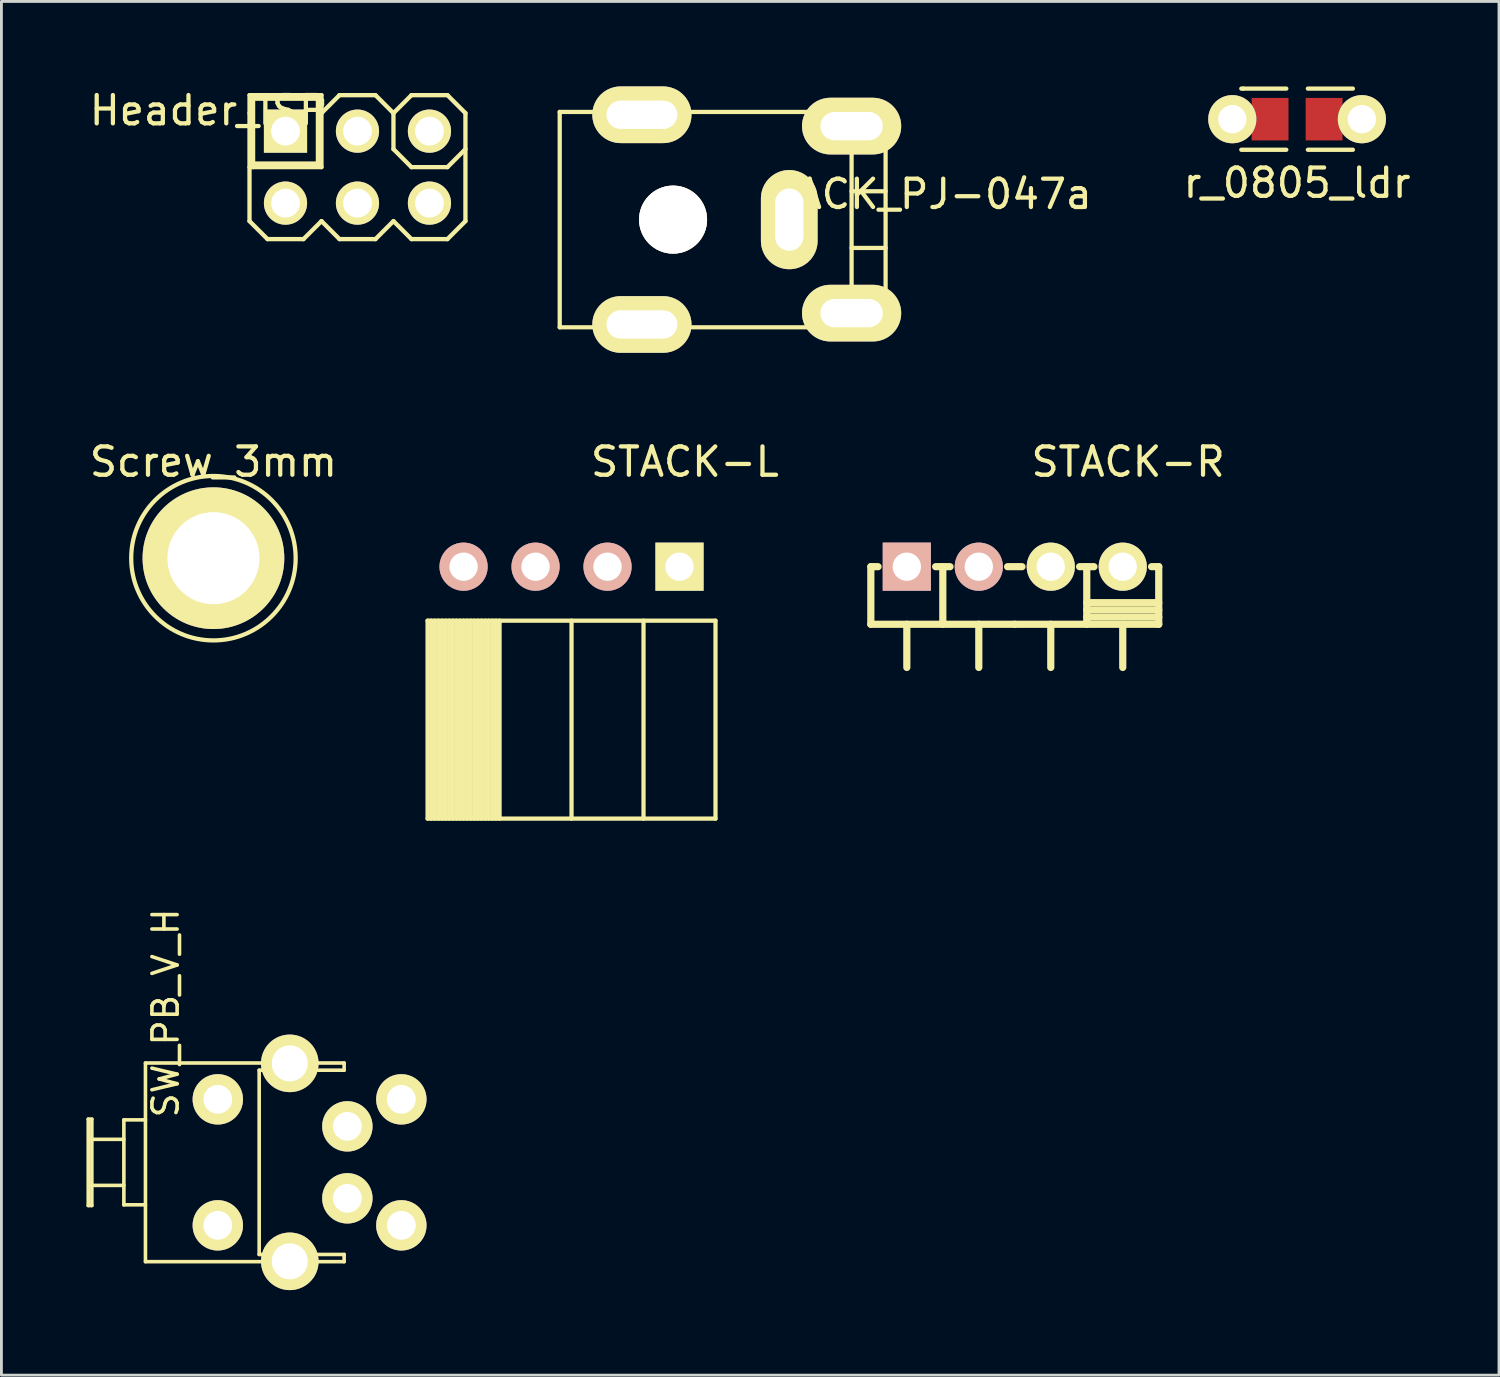
<source format=kicad_pcb>
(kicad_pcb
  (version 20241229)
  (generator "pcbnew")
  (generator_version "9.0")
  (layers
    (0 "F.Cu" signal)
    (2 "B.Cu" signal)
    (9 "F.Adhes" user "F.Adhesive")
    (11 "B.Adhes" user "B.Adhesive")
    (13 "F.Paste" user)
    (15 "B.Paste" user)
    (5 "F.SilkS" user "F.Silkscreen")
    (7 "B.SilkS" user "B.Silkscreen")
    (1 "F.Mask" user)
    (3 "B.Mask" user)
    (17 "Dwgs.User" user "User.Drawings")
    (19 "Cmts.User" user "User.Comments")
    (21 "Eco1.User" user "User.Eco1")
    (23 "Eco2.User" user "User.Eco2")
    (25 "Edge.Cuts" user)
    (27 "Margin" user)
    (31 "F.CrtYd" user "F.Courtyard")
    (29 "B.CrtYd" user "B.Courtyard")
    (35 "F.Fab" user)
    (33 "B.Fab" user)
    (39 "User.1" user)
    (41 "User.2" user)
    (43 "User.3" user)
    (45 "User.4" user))
  (footprint "Header_ISP"
    (layer "F.Cu")
    (at 9.565 2.848)
    (property "Reference" "Header_ISP" (at -5.25 -2 0) (layer "F.SilkS") (effects (font (size 1 1) (thickness 0.15))))
    (attr smd)
    (fp_line (start -3.81 -2.54) (end -3.175 -2.54) (stroke (width 0.15) (type solid)) (layer "F.SilkS"))
    (fp_line (start -3.81 -1.905) (end -3.81 -2.54) (stroke (width 0.15) (type solid)) (layer "F.SilkS"))
    (fp_line (start -3.81 1.905) (end -3.81 -1.905) (stroke (width 0.152) (type solid)) (layer "F.SilkS"))
    (fp_line (start -3.683 -2.413) (end -1.397 -2.413) (stroke (width 0.15) (type solid)) (layer "F.SilkS"))
    (fp_line (start -3.683 0) (end -3.683 -2.413) (stroke (width 0.15) (type solid)) (layer "F.SilkS"))
    (fp_line (start -3.175 -2.54) (end -1.905 -2.54) (stroke (width 0.152) (type solid)) (layer "F.SilkS"))
    (fp_line (start -3.175 2.54) (end -3.81 1.905) (stroke (width 0.152) (type solid)) (layer "F.SilkS"))
    (fp_line (start -1.905 -2.54) (end -1.27 -2.54) (stroke (width 0.15) (type solid)) (layer "F.SilkS"))
    (fp_line (start -1.905 2.54) (end -3.175 2.54) (stroke (width 0.152) (type solid)) (layer "F.SilkS"))
    (fp_line (start -1.397 -2.413) (end -1.397 -0.127) (stroke (width 0.15) (type solid)) (layer "F.SilkS"))
    (fp_line (start -1.397 -0.127) (end -3.683 -0.127) (stroke (width 0.15) (type solid)) (layer "F.SilkS"))
    (fp_line (start -1.27 -2.54) (end -1.27 -1.905) (stroke (width 0.15) (type solid)) (layer "F.SilkS"))
    (fp_line (start -1.27 -1.905) (end -1.27 0) (stroke (width 0.15) (type solid)) (layer "F.SilkS"))
    (fp_line (start -1.27 -1.905) (end -0.635 -2.54) (stroke (width 0.152) (type solid)) (layer "F.SilkS"))
    (fp_line (start -1.27 0) (end -3.81 0) (stroke (width 0.15) (type solid)) (layer "F.SilkS"))
    (fp_line (start -1.27 1.905) (end -1.905 2.54) (stroke (width 0.152) (type solid)) (layer "F.SilkS"))
    (fp_line (start -0.635 -2.54) (end 0.635 -2.54) (stroke (width 0.152) (type solid)) (layer "F.SilkS"))
    (fp_line (start -0.635 2.54) (end -1.27 1.905) (stroke (width 0.152) (type solid)) (layer "F.SilkS"))
    (fp_line (start 0.635 -2.54) (end 1.27 -1.905) (stroke (width 0.152) (type solid)) (layer "F.SilkS"))
    (fp_line (start 0.635 2.54) (end -0.635 2.54) (stroke (width 0.152) (type solid)) (layer "F.SilkS"))
    (fp_line (start 1.27 -1.905) (end 1.27 -0.635) (stroke (width 0.152) (type solid)) (layer "F.SilkS"))
    (fp_line (start 1.27 -1.905) (end 1.905 -2.54) (stroke (width 0.152) (type solid)) (layer "F.SilkS"))
    (fp_line (start 1.27 -0.635) (end 1.905 0) (stroke (width 0.152) (type solid)) (layer "F.SilkS"))
    (fp_line (start 1.27 1.905) (end 0.635 2.54) (stroke (width 0.152) (type solid)) (layer "F.SilkS"))
    (fp_line (start 1.905 -2.54) (end 3.175 -2.54) (stroke (width 0.152) (type solid)) (layer "F.SilkS"))
    (fp_line (start 1.905 0) (end 3.175 0) (stroke (width 0.152) (type solid)) (layer "F.SilkS"))
    (fp_line (start 1.905 2.54) (end 1.27 1.905) (stroke (width 0.152) (type solid)) (layer "F.SilkS"))
    (fp_line (start 3.175 -2.54) (end 3.81 -1.905) (stroke (width 0.152) (type solid)) (layer "F.SilkS"))
    (fp_line (start 3.175 0) (end 3.81 -0.635) (stroke (width 0.152) (type solid)) (layer "F.SilkS"))
    (fp_line (start 3.175 2.54) (end 1.905 2.54) (stroke (width 0.152) (type solid)) (layer "F.SilkS"))
    (fp_line (start 3.81 -1.905) (end 3.81 1.905) (stroke (width 0.152) (type solid)) (layer "F.SilkS"))
    (fp_line (start 3.81 1.905) (end 3.175 2.54) (stroke (width 0.152) (type solid)) (layer "F.SilkS"))
    (pad "1" thru_hole circle (at 2.54 1.27) (size 1.524 1.524) (drill 1.016) (layers "*.Cu" "*.Mask" "F.SilkS"))
    (pad "2" thru_hole circle (at 2.54 -1.27) (size 1.524 1.524) (drill 1.016) (layers "*.Cu" "*.Mask" "F.SilkS"))
    (pad "3" thru_hole circle (at 0 1.27) (size 1.524 1.524) (drill 1.016) (layers "*.Cu" "*.Mask" "F.SilkS"))
    (pad "4" thru_hole circle (at 0 -1.27) (size 1.524 1.524) (drill 1.016) (layers "*.Cu" "*.Mask" "F.SilkS"))
    (pad "5" thru_hole circle (at -2.54 1.27) (size 1.524 1.524) (drill 1.016) (layers "*.Cu" "*.Mask" "F.SilkS"))
    (pad "6" thru_hole rect (at -2.54 -1.27) (size 1.524 1.524) (drill 1.016) (layers "*.Cu" "*.Mask" "F.SilkS")))
  (footprint "STACK-L"
    (layer "F.Cu")
    (at 17.119 16.948)
    (property "Reference" "STACK-L" (at 4 -3.7 0) (layer "F.SilkS") (effects (font (size 1 1) (thickness 0.15))))
    (attr smd)
    (fp_line (start -5.08 8.89) (end -5.08 1.905) (stroke (width 0.15) (type solid)) (layer "F.SilkS"))
    (fp_line (start -4.953 8.89) (end -4.953 1.905) (stroke (width 0.15) (type solid)) (layer "F.SilkS"))
    (fp_line (start -4.826 1.905) (end -4.826 8.89) (stroke (width 0.15) (type solid)) (layer "F.SilkS"))
    (fp_line (start -4.699 8.89) (end -4.699 1.905) (stroke (width 0.15) (type solid)) (layer "F.SilkS"))
    (fp_line (start -4.572 1.905) (end -4.572 8.89) (stroke (width 0.15) (type solid)) (layer "F.SilkS"))
    (fp_line (start -4.445 8.89) (end -4.445 1.905) (stroke (width 0.15) (type solid)) (layer "F.SilkS"))
    (fp_line (start -4.318 1.905) (end -4.318 8.89) (stroke (width 0.15) (type solid)) (layer "F.SilkS"))
    (fp_line (start -4.191 8.89) (end -4.191 1.905) (stroke (width 0.15) (type solid)) (layer "F.SilkS"))
    (fp_line (start -4.064 1.905) (end -4.064 8.89) (stroke (width 0.15) (type solid)) (layer "F.SilkS"))
    (fp_line (start -3.937 8.89) (end -3.937 1.905) (stroke (width 0.15) (type solid)) (layer "F.SilkS"))
    (fp_line (start -3.81 1.905) (end -3.81 8.89) (stroke (width 0.15) (type solid)) (layer "F.SilkS"))
    (fp_line (start -3.683 8.89) (end -3.683 1.905) (stroke (width 0.15) (type solid)) (layer "F.SilkS"))
    (fp_line (start -3.556 1.905) (end -3.556 8.89) (stroke (width 0.15) (type solid)) (layer "F.SilkS"))
    (fp_line (start -3.429 8.89) (end -3.429 1.905) (stroke (width 0.15) (type solid)) (layer "F.SilkS"))
    (fp_line (start -3.302 1.905) (end -3.302 8.89) (stroke (width 0.15) (type solid)) (layer "F.SilkS"))
    (fp_line (start -3.175 8.89) (end -3.175 1.905) (stroke (width 0.15) (type solid)) (layer "F.SilkS"))
    (fp_line (start -3.048 1.905) (end -3.048 8.89) (stroke (width 0.15) (type solid)) (layer "F.SilkS"))
    (fp_line (start -2.921 8.89) (end -2.921 1.905) (stroke (width 0.15) (type solid)) (layer "F.SilkS"))
    (fp_line (start -2.794 1.905) (end -2.794 8.89) (stroke (width 0.15) (type solid)) (layer "F.SilkS"))
    (fp_line (start -2.667 8.89) (end -2.667 1.905) (stroke (width 0.15) (type solid)) (layer "F.SilkS"))
    (fp_line (start -2.54 1.905) (end -2.54 8.89) (stroke (width 0.15) (type solid)) (layer "F.SilkS"))
    (fp_line (start 0 1.905) (end 0 8.89) (stroke (width 0.15) (type solid)) (layer "F.SilkS"))
    (fp_line (start 2.54 1.905) (end 2.54 8.89) (stroke (width 0.15) (type solid)) (layer "F.SilkS"))
    (fp_line (start 5.08 1.905) (end -5.08 1.905) (stroke (width 0.15) (type solid)) (layer "F.SilkS"))
    (fp_line (start 5.08 1.905) (end 5.08 8.89) (stroke (width 0.15) (type solid)) (layer "F.SilkS"))
    (fp_line (start 5.08 8.89) (end -5.08 8.89) (stroke (width 0.15) (type solid)) (layer "F.SilkS"))
    (pad "1" thru_hole circle (at -3.81 0) (size 1.7 1.7) (drill 1) (layers "*.Cu" "*.Mask" "B.SilkS"))
    (pad "2" thru_hole circle (at -1.27 0) (size 1.7 1.7) (drill 1) (layers "*.Cu" "*.Mask" "B.SilkS"))
    (pad "3" thru_hole circle (at 1.27 0) (size 1.7 1.7) (drill 1) (layers "*.Cu" "*.Mask" "B.SilkS"))
    (pad "4" thru_hole rect (at 3.81 0) (size 1.7 1.7) (drill 1) (layers "*.Cu" "*.Mask" "F.SilkS")))
  (footprint "r_0805_ldr"
    (layer "F.Cu")
    (at 42.723 1.156)
    (property "Reference" "r_0805_ldr" (at 0 2.25 180) (layer "F.SilkS") (effects (font (size 1 1) (thickness 0.15))))
    (attr smd)
    (fp_line (start -1.968 1.079) (end -0.381 1.079) (stroke (width 0.152) (type solid)) (layer "F.SilkS"))
    (fp_line (start -1.905 -1.079) (end -1.968 -1.079) (stroke (width 0.152) (type solid)) (layer "F.SilkS"))
    (fp_line (start -0.381 -1.079) (end -1.905 -1.079) (stroke (width 0.152) (type solid)) (layer "F.SilkS"))
    (fp_line (start 0.381 1.079) (end 1.968 1.079) (stroke (width 0.152) (type solid)) (layer "F.SilkS"))
    (fp_line (start 1.968 -1.079) (end 0.381 -1.079) (stroke (width 0.152) (type solid)) (layer "F.SilkS"))
    (pad "1" smd rect (at 0.953 0) (size 1.3 1.499) (layers "F.Cu" "F.Mask" "F.Paste"))
    (pad "1" thru_hole circle (at 2.286 0) (size 1.7 1.7) (drill 1) (layers "*.Cu" "*.Mask" "F.SilkS"))
    (pad "2" thru_hole circle (at -2.286 0) (size 1.7 1.7) (drill 1) (layers "*.Cu" "*.Mask" "F.SilkS"))
    (pad "2" smd rect (at -0.953 0) (size 1.3 1.499) (layers "F.Cu" "F.Mask" "F.Paste")))
  (footprint "SW_PB_V_H"
    (layer "F.Cu")
    (at 4.636 37.968)
    (property "Reference" "SW_PB_V_H" (at -1.841 -5.271 90) (layer "F.SilkS") (effects (font (size 0.889 0.889) (thickness 0.127))))
    (attr smd)
    (fp_line (start -4.572 -1.524) (end -4.445 -1.524) (stroke (width 0.127) (type solid)) (layer "F.SilkS"))
    (fp_line (start -4.572 1.524) (end -4.572 -1.524) (stroke (width 0.127) (type solid)) (layer "F.SilkS"))
    (fp_line (start -4.559 -0.813) (end -3.315 -0.813) (stroke (width 0.127) (type solid)) (layer "F.SilkS"))
    (fp_line (start -4.559 0.813) (end -3.315 0.813) (stroke (width 0.127) (type solid)) (layer "F.SilkS"))
    (fp_line (start -4.445 -1.524) (end -4.445 1.524) (stroke (width 0.127) (type solid)) (layer "F.SilkS"))
    (fp_line (start -4.445 1.524) (end -4.572 1.524) (stroke (width 0.127) (type solid)) (layer "F.SilkS"))
    (fp_line (start -3.315 -1.499) (end -3.315 1.499) (stroke (width 0.127) (type solid)) (layer "F.SilkS"))
    (fp_line (start -3.315 1.499) (end -2.553 1.499) (stroke (width 0.127) (type solid)) (layer "F.SilkS"))
    (fp_line (start -2.553 -3.505) (end 4.458 -3.505) (stroke (width 0.127) (type solid)) (layer "F.SilkS"))
    (fp_line (start -2.553 -1.499) (end -3.315 -1.499) (stroke (width 0.127) (type solid)) (layer "F.SilkS"))
    (fp_line (start -2.553 3.505) (end -2.553 -3.505) (stroke (width 0.127) (type solid)) (layer "F.SilkS"))
    (fp_line (start 1.46 -3.251) (end 1.46 3.251) (stroke (width 0.127) (type solid)) (layer "F.SilkS"))
    (fp_line (start 1.46 3.251) (end 4.458 3.251) (stroke (width 0.127) (type solid)) (layer "F.SilkS"))
    (fp_line (start 4.458 -3.505) (end 4.458 -3.251) (stroke (width 0.127) (type solid)) (layer "F.SilkS"))
    (fp_line (start 4.458 -3.251) (end 1.46 -3.251) (stroke (width 0.127) (type solid)) (layer "F.SilkS"))
    (fp_line (start 4.458 3.251) (end 4.458 3.505) (stroke (width 0.127) (type solid)) (layer "F.SilkS"))
    (fp_line (start 4.458 3.505) (end -2.553 3.505) (stroke (width 0.127) (type solid)) (layer "F.SilkS"))
    (pad "1" thru_hole circle (at 0 -2.223) (size 1.778 1.778) (drill 1.016) (layers "*.Cu" "*.Mask" "F.SilkS"))
    (pad "1" thru_hole circle (at 4.572 -1.27) (size 1.778 1.778) (drill 1.016) (layers "*.Cu" "*.Mask" "F.SilkS"))
    (pad "1" thru_hole circle (at 6.477 -2.223) (size 1.778 1.778) (drill 1.016) (layers "*.Cu" "*.Mask" "F.SilkS"))
    (pad "2" thru_hole circle (at 0 2.223) (size 1.778 1.778) (drill 1.016) (layers "*.Cu" "*.Mask" "F.SilkS"))
    (pad "2" thru_hole circle (at 4.572 1.27) (size 1.778 1.778) (drill 1.016) (layers "*.Cu" "*.Mask" "F.SilkS"))
    (pad "2" thru_hole circle (at 6.477 2.223) (size 1.778 1.778) (drill 1.016) (layers "*.Cu" "*.Mask" "F.SilkS"))
    (pad "3" thru_hole circle (at 2.54 -3.493) (size 2.032 2.032) (drill 1.27) (layers "*.Cu" "*.Mask" "F.SilkS"))
    (pad "3" thru_hole circle (at 2.54 3.493) (size 2.032 2.032) (drill 1.27) (layers "*.Cu" "*.Mask" "F.SilkS")))
  (footprint "Screw_3mm"
    (layer "F.Cu")
    (at 4.482 16.648)
    (property "Reference" "Screw_3mm" (at 0 -3.4 0) (layer "F.SilkS") (effects (font (size 1 1) (thickness 0.15))))
    (attr through_hole)
    (fp_circle (center 0 0) (end 2.9 0.1) (stroke (width 0.15) (type solid)) (fill no) (layer "F.SilkS"))
    (pad "1" thru_hole circle (at 0 0) (size 5 5) (drill 3.25) (layers "*.Cu" "*.Mask" "F.SilkS")))
  (footprint "STACK-R"
    (layer "F.Cu")
    (at 32.761 16.948)
    (property "Reference" "STACK-R" (at 4 -3.7 0) (layer "F.SilkS") (effects (font (size 1 1) (thickness 0.15))))
    (attr smd)
    (fp_line (start -5.08 0) (end -5.08 2.032) (stroke (width 0.254) (type solid)) (layer "F.SilkS"))
    (fp_line (start -5.08 0) (end -4.826 0) (stroke (width 0.254) (type solid)) (layer "F.SilkS"))
    (fp_line (start -5.08 2.032) (end 0 2.032) (stroke (width 0.254) (type solid)) (layer "F.SilkS"))
    (fp_line (start -3.81 2.032) (end -3.81 3.556) (stroke (width 0.254) (type solid)) (layer "F.SilkS"))
    (fp_line (start -2.794 0) (end -2.286 0) (stroke (width 0.254) (type solid)) (layer "F.SilkS"))
    (fp_line (start -2.54 0) (end -2.54 2.032) (stroke (width 0.254) (type solid)) (layer "F.SilkS"))
    (fp_line (start -1.27 2.032) (end -1.27 3.556) (stroke (width 0.254) (type solid)) (layer "F.SilkS"))
    (fp_line (start -0.254 0) (end 0.254 0) (stroke (width 0.254) (type solid)) (layer "F.SilkS"))
    (fp_line (start 0 2.032) (end 5.08 2.032) (stroke (width 0.254) (type solid)) (layer "F.SilkS"))
    (fp_line (start 1.27 2.032) (end 1.27 3.556) (stroke (width 0.254) (type solid)) (layer "F.SilkS"))
    (fp_line (start 2.286 0) (end 2.794 0) (stroke (width 0.254) (type solid)) (layer "F.SilkS"))
    (fp_line (start 2.54 0) (end 2.54 2.032) (stroke (width 0.254) (type solid)) (layer "F.SilkS"))
    (fp_line (start 2.54 1.27) (end 5.08 1.27) (stroke (width 0.254) (type solid)) (layer "F.SilkS"))
    (fp_line (start 2.54 1.524) (end 5.08 1.524) (stroke (width 0.254) (type solid)) (layer "F.SilkS"))
    (fp_line (start 2.54 1.778) (end 5.08 1.778) (stroke (width 0.254) (type solid)) (layer "F.SilkS"))
    (fp_line (start 3.81 2.032) (end 3.81 3.556) (stroke (width 0.254) (type solid)) (layer "F.SilkS"))
    (fp_line (start 4.826 0) (end 5.08 0) (stroke (width 0.254) (type solid)) (layer "F.SilkS"))
    (fp_line (start 5.08 2.032) (end 5.08 0) (stroke (width 0.254) (type solid)) (layer "F.SilkS"))
    (pad "1" thru_hole rect (at -3.81 0) (size 1.7 1.7) (drill 1) (layers "*.Cu" "*.Mask" "B.SilkS"))
    (pad "2" thru_hole circle (at -1.27 0) (size 1.7 1.7) (drill 1) (layers "*.Cu" "*.Mask" "B.SilkS"))
    (pad "3" thru_hole circle (at 1.27 0) (size 1.7 1.7) (drill 1) (layers "*.Cu" "*.Mask" "F.SilkS"))
    (pad "4" thru_hole circle (at 3.81 0) (size 1.7 1.7) (drill 1) (layers "*.Cu" "*.Mask" "F.SilkS")))
  (footprint "JACK_PJ-047a"
    (layer "F.Cu")
    (at 16.702 4.7)
    (property "Reference" "JACK_PJ-047a" (at 13.2 -0.9 0) (layer "F.SilkS") (effects (font (size 1 1) (thickness 0.15))))
    (attr through_hole)
    (fp_line (start 0 -3.8) (end 0 3.8) (stroke (width 0.15) (type solid)) (layer "F.SilkS"))
    (fp_line (start 0 -3.8) (end 11.5 -3.8) (stroke (width 0.15) (type solid)) (layer "F.SilkS"))
    (fp_line (start 10.3 -3.8) (end 10.3 3.8) (stroke (width 0.15) (type solid)) (layer "F.SilkS"))
    (fp_line (start 10.3 -1) (end 11.5 -1) (stroke (width 0.15) (type solid)) (layer "F.SilkS"))
    (fp_line (start 11.5 -3.8) (end 11.5 3.8) (stroke (width 0.15) (type solid)) (layer "F.SilkS"))
    (fp_line (start 11.5 1) (end 10.3 1) (stroke (width 0.15) (type solid)) (layer "F.SilkS"))
    (fp_line (start 11.5 3.8) (end 0 3.8) (stroke (width 0.15) (type solid)) (layer "F.SilkS"))
    (pad "1" thru_hole oval (at 10.3 -3.3) (size 3.5 2) (drill oval 2.2 1) (layers "*.Cu" "*.Mask" "F.SilkS"))
    (pad "2" thru_hole oval (at 8.1 0) (size 2 3.5) (drill oval 1 2.2) (layers "*.Cu" "*.Mask" "F.SilkS"))
    (pad "3" thru_hole oval (at 10.3 3.3) (size 3.5 2) (drill oval 2.2 1) (layers "*.Cu" "*.Mask" "F.SilkS"))
    (pad "4" thru_hole oval (at 2.9 -3.7) (size 3.5 2) (drill oval 2.5 1) (layers "*.Cu" "*.Mask" "F.SilkS"))
    (pad "4" thru_hole oval (at 2.9 3.7) (size 3.5 2) (drill oval 2.5 1) (layers "*.Cu" "*.Mask" "F.SilkS"))
    (pad "5" thru_hole circle (at 4 0) (size 2.4 2.4) (drill 2.4) (layers "*.Cu" "*.Mask" "F.SilkS")))
  (gr_rect
    (start -3 -3)
    (end 49.848 45.477)
    (stroke (width 0.1) (type default))
    (fill no)
    (layer "Edge.Cuts")))
</source>
